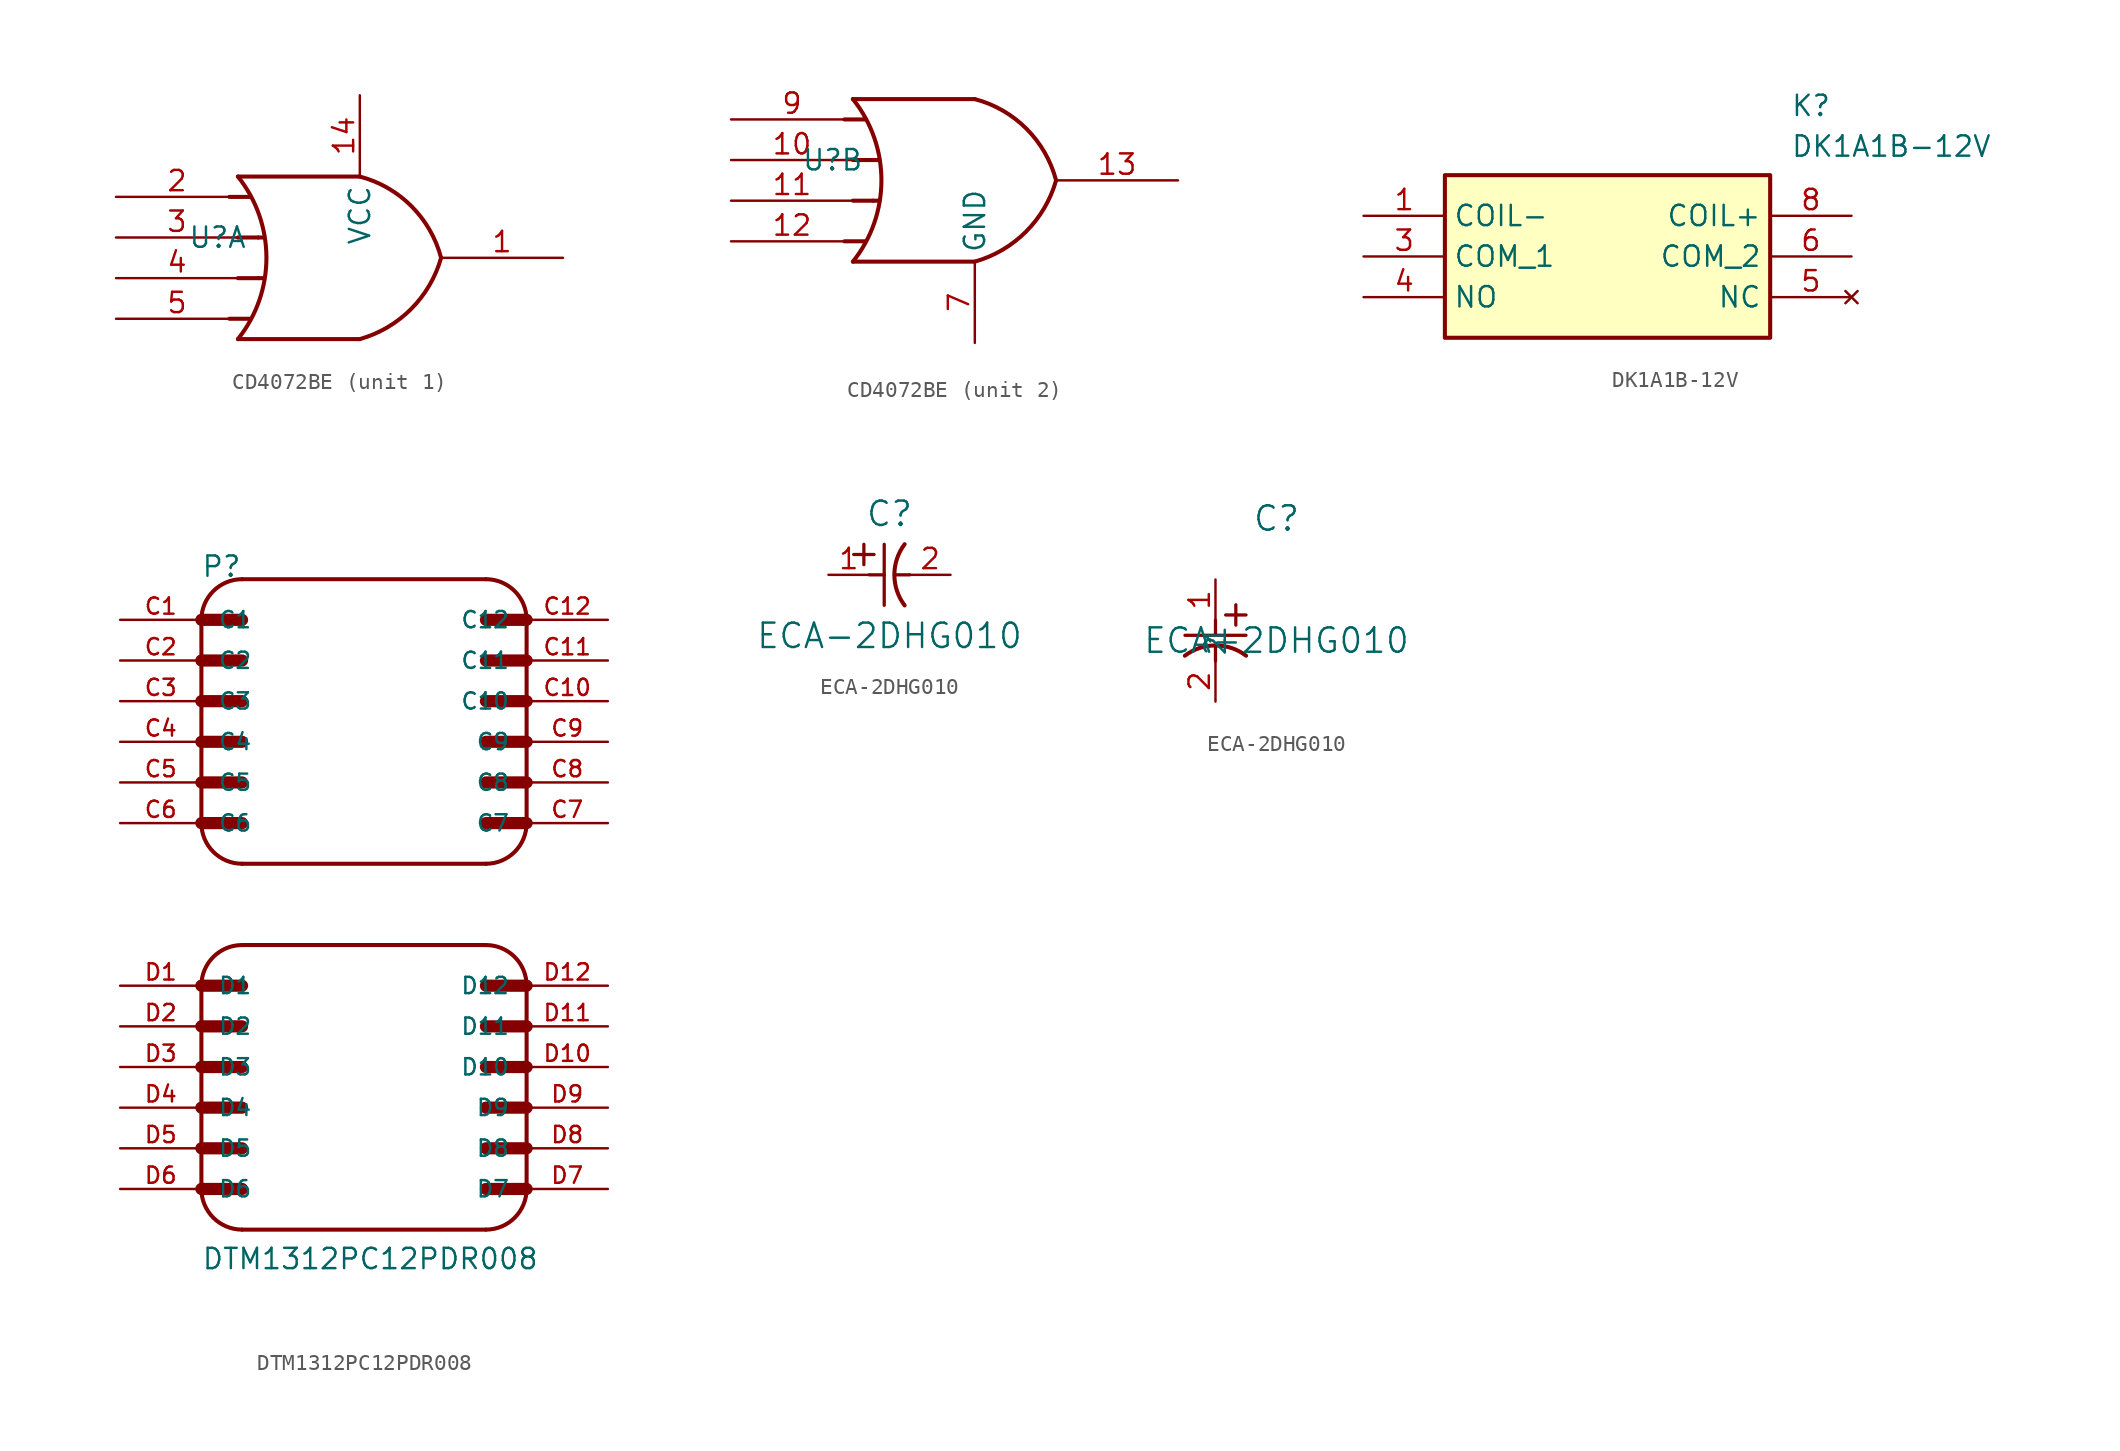
<source format=kicad_sym>
(kicad_symbol_lib
  (version 20220914)
  (generator kicad_symbol_editor)
  (symbol "CD4072BE"
    (property "Reference" "U"
      (at -7.62 1.27 0)
      (effects (font (size 1.27 1.27))))
    (property "Value" ""
      (at -7.62 1.27 0)
      (effects (font (size 1.27 1.27))))
    (property "ki_locked" ""
      (at 0 0 0)
      (effects (font (size 1.27 1.27))))
    (symbol "CD4072BE_0_1"
      (arc (start -6.35 -5.08) (mid -4.568 0) (end -6.35 5.08) (stroke (width 0.254) (type default)) (fill (type none)))
      (polyline (pts (xy -6.883 -3.81) (xy -5.613 -3.81)) (stroke (width 0.254) (type default)) (fill (type background)))
      (polyline (pts (xy -6.883 3.81) (xy -5.613 3.81)) (stroke (width 0.254) (type default)) (fill (type background)))
      (polyline (pts (xy -6.35 1.27) (xy -5.08 1.27)) (stroke (width 0.254) (type default)) (fill (type background)))
      (polyline (pts (xy 1.27 -5.08) (xy -6.35 -5.08)) (stroke (width 0.254) (type default)) (fill (type background)))
      (polyline (pts (xy 1.27 5.08) (xy -6.35 5.08)) (stroke (width 0.254) (type default)) (fill (type background)))
      (arc (start 1.27 -5.08) (mid 4.4722 -3.2022) (end 6.35 0) (stroke (width 0.254) (type default)) (fill (type none)))
      (arc (start 6.35 0) (mid 4.4971 3.2271) (end 1.27 5.08) (stroke (width 0.254) (type default)) (fill (type none))))
    (symbol "CD4072BE_1_1"
      (polyline (pts (xy -6.35 -1.27) (xy -5.08 -1.27)) (stroke (width 0.254) (type default)) (fill (type outline)))
      (polyline (pts (xy -5.08 -1.27) (xy -4.699 -1.27)) (stroke (width 0.254) (type default)) (fill (type outline)))
      (polyline (pts (xy -5.08 1.27) (xy -4.699 1.27)) (stroke (width 0.254) (type default)) (fill (type outline)))
      (pin output line (at 13.97 0 180) (length 7.62) (name "~" (effects (font (size 1.27 1.27)))) (number "1" (effects (font (size 1.27 1.27)))))
      (pin power_in line (at 1.27 10.16 270) (length 5.08) (name "VCC" (effects (font (size 1.27 1.27)))) (number "14" (effects (font (size 1.27 1.27)))))
      (pin input line (at -13.97 3.81 0) (length 7.62) (name "~" (effects (font (size 1.27 1.27)))) (number "2" (effects (font (size 1.27 1.27)))))
      (pin input line (at -13.97 1.27 0) (length 7.62) (name "~" (effects (font (size 1.27 1.27)))) (number "3" (effects (font (size 1.27 1.27)))))
      (pin input line (at -13.97 -1.27 0) (length 7.62) (name "~" (effects (font (size 1.27 1.27)))) (number "4" (effects (font (size 1.27 1.27)))))
      (pin input line (at -13.97 -3.81 0) (length 7.62) (name "~" (effects (font (size 1.27 1.27)))) (number "5" (effects (font (size 1.27 1.27))))))
    (symbol "CD4072BE_2_1"
      (polyline (pts (xy -6.35 -1.27) (xy -5.08 -1.27)) (stroke (width 0.254) (type default)) (fill (type outline)))
      (polyline (pts (xy -5.08 -1.27) (xy -4.699 -1.27)) (stroke (width 0.254) (type default)) (fill (type outline)))
      (polyline (pts (xy -5.08 1.27) (xy -4.699 1.27)) (stroke (width 0.254) (type default)) (fill (type outline)))
      (pin input line (at -13.97 1.27 0) (length 7.62) (name "~" (effects (font (size 1.27 1.27)))) (number "10" (effects (font (size 1.27 1.27)))))
      (pin input line (at -13.97 -1.27 0) (length 7.62) (name "~" (effects (font (size 1.27 1.27)))) (number "11" (effects (font (size 1.27 1.27)))))
      (pin input line (at -13.97 -3.81 0) (length 7.62) (name "~" (effects (font (size 1.27 1.27)))) (number "12" (effects (font (size 1.27 1.27)))))
      (pin output line (at 13.97 0 180) (length 7.62) (name "~" (effects (font (size 1.27 1.27)))) (number "13" (effects (font (size 1.27 1.27)))))
      (pin power_in line (at 1.27 -10.16 90) (length 5.08) (name "GND" (effects (font (size 1.27 1.27)))) (number "7" (effects (font (size 1.27 1.27)))))
      (pin input line (at -13.97 3.81 0) (length 7.62) (name "~" (effects (font (size 1.27 1.27)))) (number "9" (effects (font (size 1.27 1.27)))))))
  (symbol "DK1A1B-12V"
    (property "Reference" "K"
      (at 26.67 7.62 0)
      (effects (font (size 1.27 1.27)) (justify left top)))
    (property "Value" "DK1A1B-12V"
      (at 26.67 5.08 0)
      (effects (font (size 1.27 1.27)) (justify left top)))
    (symbol "DK1A1B-12V_1_1"
      (rectangle (start 5.08 2.54) (end 25.4 -7.62) (stroke (width 0.254) (type default)) (fill (type background)))
      (pin passive line (at 0 0 0) (length 5.08) (name "COIL-" (effects (font (size 1.27 1.27)))) (number "1" (effects (font (size 1.27 1.27)))))
      (pin passive line (at 0 -2.54 0) (length 5.08) (name "COM_1" (effects (font (size 1.27 1.27)))) (number "3" (effects (font (size 1.27 1.27)))))
      (pin passive line (at 0 -5.08 0) (length 5.08) (name "NO" (effects (font (size 1.27 1.27)))) (number "4" (effects (font (size 1.27 1.27)))))
      (pin no_connect line (at 30.48 -5.08 180) (length 5.08) (name "NC" (effects (font (size 1.27 1.27)))) (number "5" (effects (font (size 1.27 1.27)))))
      (pin passive line (at 30.48 -2.54 180) (length 5.08) (name "COM_2" (effects (font (size 1.27 1.27)))) (number "6" (effects (font (size 1.27 1.27)))))
      (pin passive line (at 30.48 0 180) (length 5.08) (name "COIL+" (effects (font (size 1.27 1.27)))) (number "8" (effects (font (size 1.27 1.27)))))))
  (symbol "DTM1312PC12PDR008"
    (pin_names
      (offset 1.016))
    (property "Reference" "P"
      (at -10.185 20.371 0)
      (effects (font (size 1.27 1.27)) (justify left bottom)))
    (property "Value" "DTM1312PC12PDR008"
      (at -10.173 -22.89 0)
      (effects (font (size 1.27 1.27)) (justify left bottom)))
    (symbol "DTM1312PC12PDR008_0_0"
      (arc (start -10.16 -17.78) (mid -9.4161 -19.5761) (end -7.62 -20.32) (stroke (width 0.254) (type default)) (fill (type none)))
      (arc (start -10.16 5.08) (mid -9.4161 3.2839) (end -7.62 2.54) (stroke (width 0.254) (type default)) (fill (type none)))
      (arc (start -7.62 -2.54) (mid -9.4161 -3.2839) (end -10.16 -5.08) (stroke (width 0.254) (type default)) (fill (type none)))
      (arc (start -7.62 20.32) (mid -9.4161 19.5761) (end -10.16 17.78) (stroke (width 0.254) (type default)) (fill (type none)))
      (polyline (pts (xy -10.16 -17.78) (xy -10.16 -15.24)) (stroke (width 0.254) (type default)) (fill (type none)))
      (polyline (pts (xy -10.16 -17.78) (xy -7.62 -17.78)) (stroke (width 0.762) (type default)) (fill (type none)))
      (polyline (pts (xy -10.16 -15.24) (xy -10.16 -12.7)) (stroke (width 0.254) (type default)) (fill (type none)))
      (polyline (pts (xy -10.16 -15.24) (xy -7.62 -15.24)) (stroke (width 0.762) (type default)) (fill (type none)))
      (polyline (pts (xy -10.16 -12.7) (xy -10.16 -10.16)) (stroke (width 0.254) (type default)) (fill (type none)))
      (polyline (pts (xy -10.16 -12.7) (xy -7.62 -12.7)) (stroke (width 0.762) (type default)) (fill (type none)))
      (polyline (pts (xy -10.16 -10.16) (xy -10.16 -7.62)) (stroke (width 0.254) (type default)) (fill (type none)))
      (polyline (pts (xy -10.16 -10.16) (xy -7.62 -10.16)) (stroke (width 0.762) (type default)) (fill (type none)))
      (polyline (pts (xy -10.16 -7.62) (xy -10.16 -5.08)) (stroke (width 0.254) (type default)) (fill (type none)))
      (polyline (pts (xy -10.16 -7.62) (xy -7.62 -7.62)) (stroke (width 0.762) (type default)) (fill (type none)))
      (polyline (pts (xy -10.16 -5.08) (xy -7.62 -5.08)) (stroke (width 0.762) (type default)) (fill (type none)))
      (polyline (pts (xy -10.16 5.08) (xy -10.16 7.62)) (stroke (width 0.254) (type default)) (fill (type none)))
      (polyline (pts (xy -10.16 5.08) (xy -7.62 5.08)) (stroke (width 0.762) (type default)) (fill (type none)))
      (polyline (pts (xy -10.16 7.62) (xy -10.16 10.16)) (stroke (width 0.254) (type default)) (fill (type none)))
      (polyline (pts (xy -10.16 7.62) (xy -7.62 7.62)) (stroke (width 0.762) (type default)) (fill (type none)))
      (polyline (pts (xy -10.16 10.16) (xy -10.16 12.7)) (stroke (width 0.254) (type default)) (fill (type none)))
      (polyline (pts (xy -10.16 10.16) (xy -7.62 10.16)) (stroke (width 0.762) (type default)) (fill (type none)))
      (polyline (pts (xy -10.16 12.7) (xy -10.16 15.24)) (stroke (width 0.254) (type default)) (fill (type none)))
      (polyline (pts (xy -10.16 12.7) (xy -7.62 12.7)) (stroke (width 0.762) (type default)) (fill (type none)))
      (polyline (pts (xy -10.16 15.24) (xy -10.16 17.78)) (stroke (width 0.254) (type default)) (fill (type none)))
      (polyline (pts (xy -10.16 15.24) (xy -7.62 15.24)) (stroke (width 0.762) (type default)) (fill (type none)))
      (polyline (pts (xy -10.16 17.78) (xy -7.62 17.78)) (stroke (width 0.762) (type default)) (fill (type none)))
      (polyline (pts (xy -7.62 -2.54) (xy 7.62 -2.54)) (stroke (width 0.254) (type default)) (fill (type none)))
      (polyline (pts (xy -7.62 20.32) (xy 7.62 20.32)) (stroke (width 0.254) (type default)) (fill (type none)))
      (polyline (pts (xy 7.62 -20.32) (xy -7.62 -20.32)) (stroke (width 0.254) (type default)) (fill (type none)))
      (polyline (pts (xy 7.62 -17.78) (xy 10.16 -17.78)) (stroke (width 0.762) (type default)) (fill (type none)))
      (polyline (pts (xy 7.62 -15.24) (xy 10.16 -15.24)) (stroke (width 0.762) (type default)) (fill (type none)))
      (polyline (pts (xy 7.62 -12.7) (xy 10.16 -12.7)) (stroke (width 0.762) (type default)) (fill (type none)))
      (polyline (pts (xy 7.62 -10.16) (xy 10.16 -10.16)) (stroke (width 0.762) (type default)) (fill (type none)))
      (polyline (pts (xy 7.62 -7.62) (xy 10.16 -7.62)) (stroke (width 0.762) (type default)) (fill (type none)))
      (polyline (pts (xy 7.62 -5.08) (xy 10.16 -5.08)) (stroke (width 0.762) (type default)) (fill (type none)))
      (polyline (pts (xy 7.62 2.54) (xy -7.62 2.54)) (stroke (width 0.254) (type default)) (fill (type none)))
      (polyline (pts (xy 7.62 5.08) (xy 10.16 5.08)) (stroke (width 0.762) (type default)) (fill (type none)))
      (polyline (pts (xy 7.62 7.62) (xy 10.16 7.62)) (stroke (width 0.762) (type default)) (fill (type none)))
      (polyline (pts (xy 7.62 10.16) (xy 10.16 10.16)) (stroke (width 0.762) (type default)) (fill (type none)))
      (polyline (pts (xy 7.62 12.7) (xy 10.16 12.7)) (stroke (width 0.762) (type default)) (fill (type none)))
      (polyline (pts (xy 7.62 15.24) (xy 10.16 15.24)) (stroke (width 0.762) (type default)) (fill (type none)))
      (polyline (pts (xy 7.62 17.78) (xy 10.16 17.78)) (stroke (width 0.762) (type default)) (fill (type none)))
      (polyline (pts (xy 10.16 -5.08) (xy 10.16 -17.78)) (stroke (width 0.254) (type default)) (fill (type none)))
      (polyline (pts (xy 10.16 17.78) (xy 10.16 5.08)) (stroke (width 0.254) (type default)) (fill (type none)))
      (arc (start 7.62 -20.32) (mid 9.4161 -19.5761) (end 10.16 -17.78) (stroke (width 0.254) (type default)) (fill (type none)))
      (arc (start 7.62 2.54) (mid 9.4161 3.2839) (end 10.16 5.08) (stroke (width 0.254) (type default)) (fill (type none)))
      (arc (start 10.16 -5.08) (mid 9.4161 -3.2839) (end 7.62 -2.54) (stroke (width 0.254) (type default)) (fill (type none)))
      (arc (start 10.16 17.78) (mid 9.4161 19.5761) (end 7.62 20.32) (stroke (width 0.254) (type default)) (fill (type none)))
      (pin passive line (at -15.24 17.78 0) (length 5.08) (name "C1" (effects (font (size 1.016 1.016)))) (number "C1" (effects (font (size 1.016 1.016)))))
      (pin passive line (at 15.24 12.7 180) (length 5.08) (name "C10" (effects (font (size 1.016 1.016)))) (number "C10" (effects (font (size 1.016 1.016)))))
      (pin passive line (at 15.24 15.24 180) (length 5.08) (name "C11" (effects (font (size 1.016 1.016)))) (number "C11" (effects (font (size 1.016 1.016)))))
      (pin passive line (at 15.24 17.78 180) (length 5.08) (name "C12" (effects (font (size 1.016 1.016)))) (number "C12" (effects (font (size 1.016 1.016)))))
      (pin passive line (at -15.24 15.24 0) (length 5.08) (name "C2" (effects (font (size 1.016 1.016)))) (number "C2" (effects (font (size 1.016 1.016)))))
      (pin passive line (at -15.24 12.7 0) (length 5.08) (name "C3" (effects (font (size 1.016 1.016)))) (number "C3" (effects (font (size 1.016 1.016)))))
      (pin passive line (at -15.24 10.16 0) (length 5.08) (name "C4" (effects (font (size 1.016 1.016)))) (number "C4" (effects (font (size 1.016 1.016)))))
      (pin passive line (at -15.24 7.62 0) (length 5.08) (name "C5" (effects (font (size 1.016 1.016)))) (number "C5" (effects (font (size 1.016 1.016)))))
      (pin passive line (at -15.24 5.08 0) (length 5.08) (name "C6" (effects (font (size 1.016 1.016)))) (number "C6" (effects (font (size 1.016 1.016)))))
      (pin passive line (at 15.24 5.08 180) (length 5.08) (name "C7" (effects (font (size 1.016 1.016)))) (number "C7" (effects (font (size 1.016 1.016)))))
      (pin passive line (at 15.24 7.62 180) (length 5.08) (name "C8" (effects (font (size 1.016 1.016)))) (number "C8" (effects (font (size 1.016 1.016)))))
      (pin passive line (at 15.24 10.16 180) (length 5.08) (name "C9" (effects (font (size 1.016 1.016)))) (number "C9" (effects (font (size 1.016 1.016)))))
      (pin passive line (at -15.24 -5.08 0) (length 5.08) (name "D1" (effects (font (size 1.016 1.016)))) (number "D1" (effects (font (size 1.016 1.016)))))
      (pin passive line (at 15.24 -10.16 180) (length 5.08) (name "D10" (effects (font (size 1.016 1.016)))) (number "D10" (effects (font (size 1.016 1.016)))))
      (pin passive line (at 15.24 -7.62 180) (length 5.08) (name "D11" (effects (font (size 1.016 1.016)))) (number "D11" (effects (font (size 1.016 1.016)))))
      (pin passive line (at 15.24 -5.08 180) (length 5.08) (name "D12" (effects (font (size 1.016 1.016)))) (number "D12" (effects (font (size 1.016 1.016)))))
      (pin passive line (at -15.24 -7.62 0) (length 5.08) (name "D2" (effects (font (size 1.016 1.016)))) (number "D2" (effects (font (size 1.016 1.016)))))
      (pin passive line (at -15.24 -10.16 0) (length 5.08) (name "D3" (effects (font (size 1.016 1.016)))) (number "D3" (effects (font (size 1.016 1.016)))))
      (pin passive line (at -15.24 -12.7 0) (length 5.08) (name "D4" (effects (font (size 1.016 1.016)))) (number "D4" (effects (font (size 1.016 1.016)))))
      (pin passive line (at -15.24 -15.24 0) (length 5.08) (name "D5" (effects (font (size 1.016 1.016)))) (number "D5" (effects (font (size 1.016 1.016)))))
      (pin passive line (at -15.24 -17.78 0) (length 5.08) (name "D6" (effects (font (size 1.016 1.016)))) (number "D6" (effects (font (size 1.016 1.016)))))
      (pin passive line (at 15.24 -17.78 180) (length 5.08) (name "D7" (effects (font (size 1.016 1.016)))) (number "D7" (effects (font (size 1.016 1.016)))))
      (pin passive line (at 15.24 -15.24 180) (length 5.08) (name "D8" (effects (font (size 1.016 1.016)))) (number "D8" (effects (font (size 1.016 1.016)))))
      (pin passive line (at 15.24 -12.7 180) (length 5.08) (name "D9" (effects (font (size 1.016 1.016)))) (number "D9" (effects (font (size 1.016 1.016)))))))
  (symbol "ECA-2DHG010"
    (pin_names
      (offset 0.254))
    (property "Reference" "C"
      (at 3.81 3.81 0)
      (effects (font (size 1.524 1.524))))
    (property "Value" "ECA-2DHG010"
      (at 3.81 -3.81 0)
      (effects (font (size 1.524 1.524))))
    (symbol "ECA-2DHG010_1_1"
      (polyline (pts (xy 1.575 1.27) (xy 2.845 1.27)) (stroke (width 0.203) (type default)) (fill (type none)))
      (polyline (pts (xy 2.21 0.635) (xy 2.21 1.905)) (stroke (width 0.203) (type default)) (fill (type none)))
      (polyline (pts (xy 2.54 0) (xy 3.48 0)) (stroke (width 0.203) (type default)) (fill (type none)))
      (polyline (pts (xy 3.48 -1.905) (xy 3.48 1.905)) (stroke (width 0.203) (type default)) (fill (type none)))
      (polyline (pts (xy 4.115 0) (xy 5.08 0)) (stroke (width 0.203) (type default)) (fill (type none)))
      (arc (start 4.7541 1.9108) (mid 4.1148 0) (end 4.7541 -1.9108) (stroke (width 0.254) (type default)) (fill (type none)))
      (pin unspecified line (at 0 0 0) (length 2.54) (name "" (effects (font (size 1.27 1.27)))) (number "1" (effects (font (size 1.27 1.27)))))
      (pin unspecified line (at 7.62 0 180) (length 2.54) (name "" (effects (font (size 1.27 1.27)))) (number "2" (effects (font (size 1.27 1.27))))))
    (symbol "ECA-2DHG010_1_2"
      (polyline (pts (xy -1.905 -3.48) (xy 1.905 -3.48)) (stroke (width 0.203) (type default)) (fill (type none)))
      (polyline (pts (xy 0 -4.115) (xy 0 -5.08)) (stroke (width 0.203) (type default)) (fill (type none)))
      (polyline (pts (xy 0 -2.54) (xy 0 -3.48)) (stroke (width 0.203) (type default)) (fill (type none)))
      (polyline (pts (xy 0.635 -2.21) (xy 1.905 -2.21)) (stroke (width 0.203) (type default)) (fill (type none)))
      (polyline (pts (xy 1.27 -1.575) (xy 1.27 -2.845)) (stroke (width 0.203) (type default)) (fill (type none)))
      (arc (start 1.9108 -4.7541) (mid 0 -4.1148) (end -1.9108 -4.7541) (stroke (width 0.254) (type default)) (fill (type none)))
      (pin unspecified line (at 0 0 270) (length 2.54) (name "1" (effects (font (size 1.27 1.27)))) (number "1" (effects (font (size 1.27 1.27)))))
      (pin unspecified line (at 0 -7.62 90) (length 2.54) (name "2" (effects (font (size 1.27 1.27)))) (number "2" (effects (font (size 1.27 1.27))))))))
</source>
